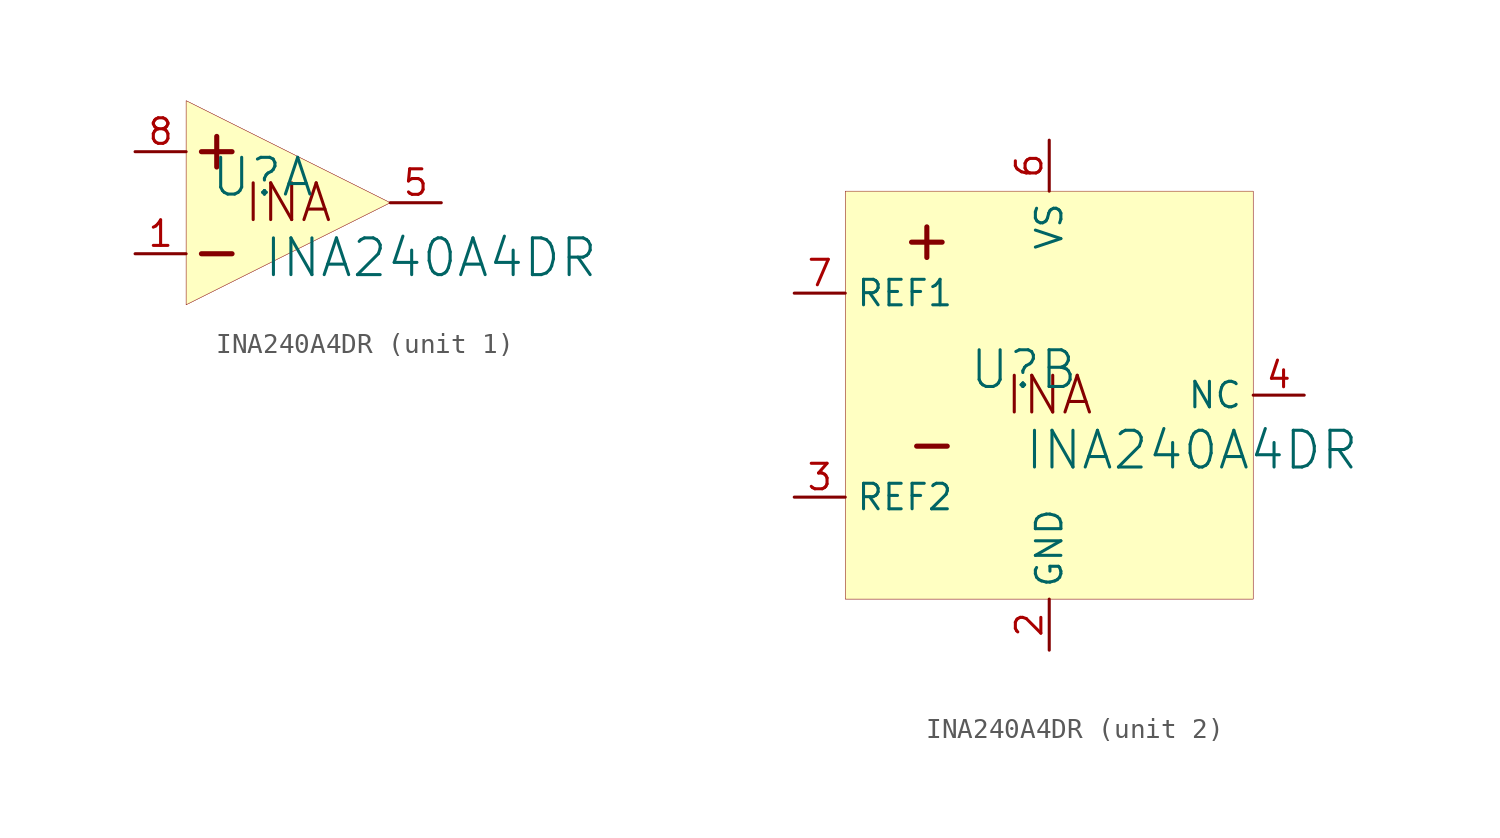
<source format=kicad_sym>
(kicad_symbol_lib
  (version 20231120)
  (generator "kicad_symbol_editor")
  (generator_version "8.0")
  (symbol "INA240A4DR"
    (property "Reference" "U"
      (at -1.27 1.27 0)
      (effects (font (size 1.829 1.829))))
    (property "Value" "INA240A4DR"
      (at -1.27 -3.81 0)
      (effects (font (size 1.829 1.829)) (justify left bottom)))
    (symbol "INA240A4DR_1_0"
      (polyline (pts (xy -4.318 -2.54) (xy -2.794 -2.54)) (stroke (width 0.254) (type solid)) (fill (type none)))
      (polyline (pts (xy -4.318 2.54) (xy -2.794 2.54)) (stroke (width 0.254) (type solid)) (fill (type none)))
      (polyline (pts (xy -3.556 1.778) (xy -3.556 3.302)) (stroke (width 0.254) (type solid)) (fill (type none)))
      (polyline (pts (xy 5.08 0) (xy -5.08 5.08) (xy -5.08 -5.08) (xy 5.08 0) (xy 5.08 0)) (stroke (width 0.025) (type solid)) (fill (type background)))
      (text "INA" (at 0 0 0) (effects (font (size 1.829 1.829))))
      (pin input line (at -7.62 -2.54 0) (length 2.54) (name "IN-" (effects (font (size 0 0)))) (number "1" (effects (font (size 1.27 1.27)))))
      (pin output line (at 7.62 0 180) (length 2.54) (name "OUT" (effects (font (size 0 0)))) (number "5" (effects (font (size 1.27 1.27)))))
      (pin input line (at -7.62 2.54 0) (length 2.54) (name "IN+" (effects (font (size 0 0)))) (number "8" (effects (font (size 1.27 1.27))))))
    (symbol "INA240A4DR_2_0"
      (polyline (pts (xy -6.858 7.62) (xy -5.334 7.62)) (stroke (width 0.254) (type solid)) (fill (type none)))
      (polyline (pts (xy -6.604 -2.54) (xy -5.08 -2.54)) (stroke (width 0.254) (type solid)) (fill (type none)))
      (polyline (pts (xy -6.096 6.858) (xy -6.096 8.382)) (stroke (width 0.254) (type solid)) (fill (type none)))
      (rectangle (start 10.16 10.16) (end -10.16 -10.16) (stroke (width 0.025) (type solid) (color 128 0 0 1)) (fill (type background)))
      (text "INA" (at 0 0 0) (effects (font (size 1.829 1.829))))
      (pin passive line (at 0 -12.7 90) (length 2.54) (name "GND" (effects (font (size 1.27 1.27)))) (number "2" (effects (font (size 1.27 1.27)))))
      (pin passive line (at -12.7 -5.08 0) (length 2.54) (name "REF2" (effects (font (size 1.27 1.27)))) (number "3" (effects (font (size 1.27 1.27)))))
      (pin passive line (at 12.7 0 180) (length 2.54) (name "NC" (effects (font (size 1.27 1.27)))) (number "4" (effects (font (size 1.27 1.27)))))
      (pin passive line (at 0 12.7 270) (length 2.54) (name "VS" (effects (font (size 1.27 1.27)))) (number "6" (effects (font (size 1.27 1.27)))))
      (pin passive line (at -12.7 5.08 0) (length 2.54) (name "REF1" (effects (font (size 1.27 1.27)))) (number "7" (effects (font (size 1.27 1.27))))))))
</source>
